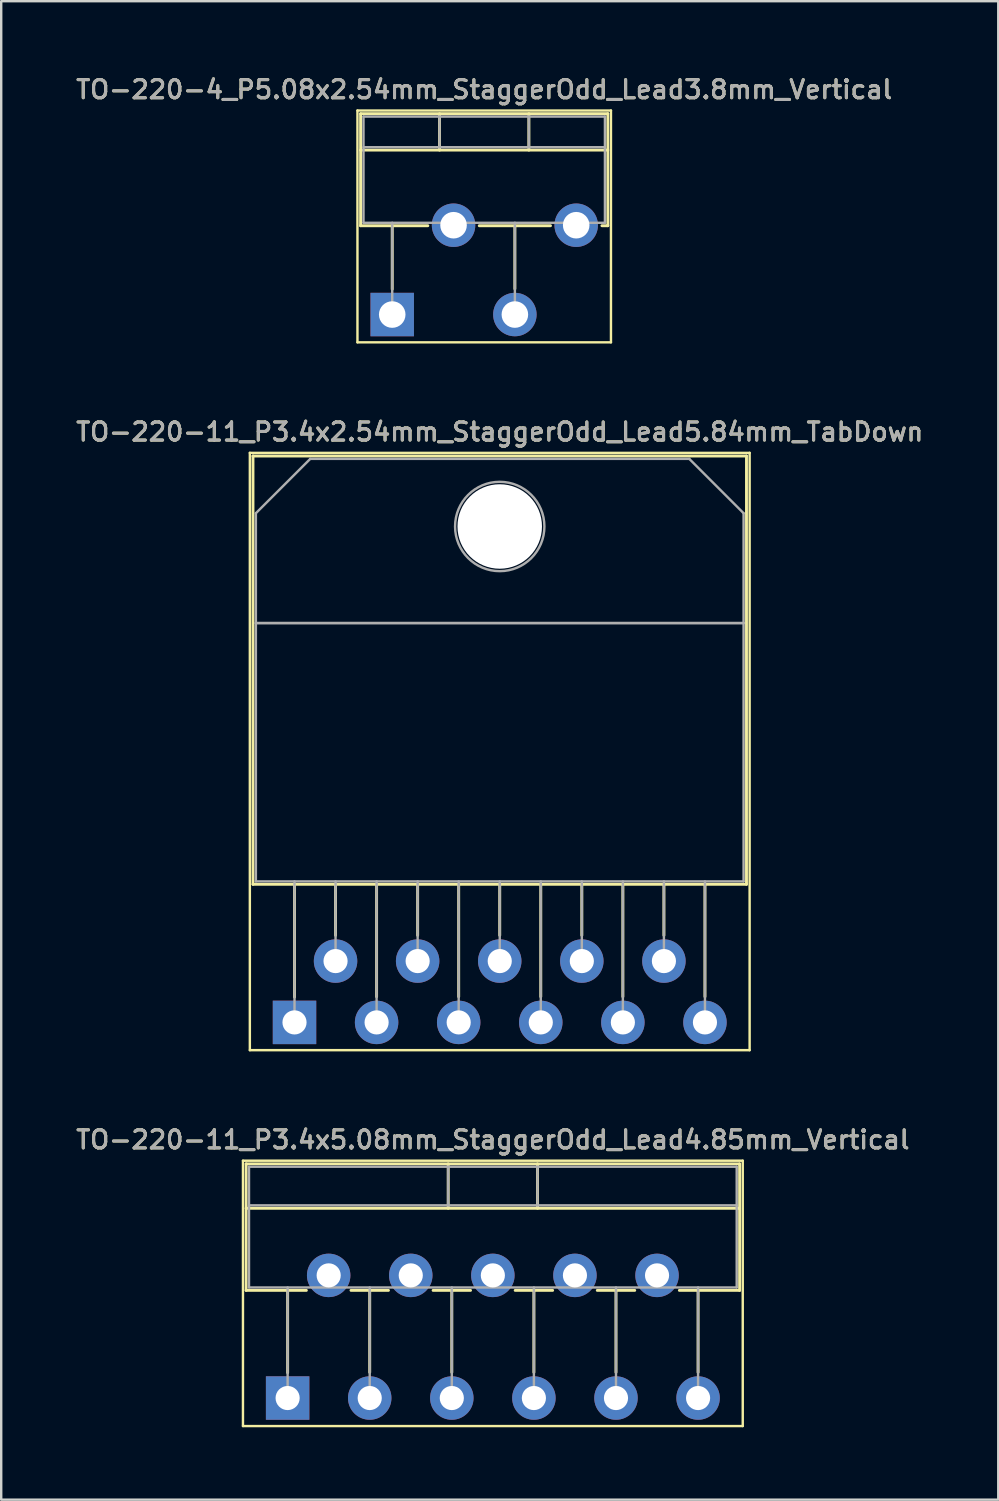
<source format=kicad_pcb>
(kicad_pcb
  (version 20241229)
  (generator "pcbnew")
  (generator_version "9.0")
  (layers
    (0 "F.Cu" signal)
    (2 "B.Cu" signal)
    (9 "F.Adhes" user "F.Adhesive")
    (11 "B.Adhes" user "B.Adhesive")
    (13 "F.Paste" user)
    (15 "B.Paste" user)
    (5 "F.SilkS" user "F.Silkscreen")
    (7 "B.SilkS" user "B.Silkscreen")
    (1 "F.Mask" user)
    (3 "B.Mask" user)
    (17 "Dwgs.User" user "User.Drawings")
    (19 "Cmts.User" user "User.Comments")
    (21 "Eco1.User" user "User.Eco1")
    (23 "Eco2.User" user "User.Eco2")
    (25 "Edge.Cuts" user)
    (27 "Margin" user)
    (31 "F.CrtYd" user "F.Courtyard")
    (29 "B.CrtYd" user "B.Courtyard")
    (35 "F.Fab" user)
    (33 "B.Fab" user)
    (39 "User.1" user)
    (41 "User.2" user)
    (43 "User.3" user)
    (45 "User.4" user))
  (footprint "TO-220-11_P3.4x2.54mm_StaggerOdd_Lead5.84mm_TabDown"
    (layer "F.Cu")
    (at 9.148 39.296)
    (property "Reference" "TO-220-11_P3.4x2.54mm_StaggerOdd_Lead5.84mm_TabDown" (at 8.5 -24.46 0) (layer "F.SilkS") (effects (font (size 0.75 0.75) (thickness 0.125))))
    (attr through_hole)
    (fp_line (start -1.85 -23.59) (end -1.85 1.15) (stroke (width 0.1) (type solid)) (layer "F.SilkS"))
    (fp_line (start -1.85 1.15) (end 18.85 1.15) (stroke (width 0.1) (type solid)) (layer "F.SilkS"))
    (fp_line (start -1.72 -23.46) (end -1.72 -5.72) (stroke (width 0.12) (type solid)) (layer "F.SilkS"))
    (fp_line (start -1.72 -23.46) (end 18.72 -23.46) (stroke (width 0.12) (type solid)) (layer "F.SilkS"))
    (fp_line (start -1.72 -5.72) (end 18.72 -5.72) (stroke (width 0.12) (type solid)) (layer "F.SilkS"))
    (fp_line (start 0 -5.72) (end 0 -1.05) (stroke (width 0.12) (type solid)) (layer "F.SilkS"))
    (fp_line (start 1.7 -5.72) (end 1.7 -3.606) (stroke (width 0.12) (type solid)) (layer "F.SilkS"))
    (fp_line (start 3.4 -5.72) (end 3.4 -1.065) (stroke (width 0.12) (type solid)) (layer "F.SilkS"))
    (fp_line (start 5.1 -5.72) (end 5.1 -3.606) (stroke (width 0.12) (type solid)) (layer "F.SilkS"))
    (fp_line (start 6.8 -5.72) (end 6.8 -1.065) (stroke (width 0.12) (type solid)) (layer "F.SilkS"))
    (fp_line (start 8.5 -5.72) (end 8.5 -3.606) (stroke (width 0.12) (type solid)) (layer "F.SilkS"))
    (fp_line (start 10.2 -5.72) (end 10.2 -1.065) (stroke (width 0.12) (type solid)) (layer "F.SilkS"))
    (fp_line (start 11.9 -5.72) (end 11.9 -3.606) (stroke (width 0.12) (type solid)) (layer "F.SilkS"))
    (fp_line (start 13.6 -5.72) (end 13.6 -1.065) (stroke (width 0.12) (type solid)) (layer "F.SilkS"))
    (fp_line (start 15.3 -5.72) (end 15.3 -3.606) (stroke (width 0.12) (type solid)) (layer "F.SilkS"))
    (fp_line (start 17 -5.72) (end 17 -1.065) (stroke (width 0.12) (type solid)) (layer "F.SilkS"))
    (fp_line (start 18.72 -23.46) (end 18.72 -5.72) (stroke (width 0.12) (type solid)) (layer "F.SilkS"))
    (fp_line (start 18.85 -23.59) (end -1.85 -23.59) (stroke (width 0.1) (type solid)) (layer "F.SilkS"))
    (fp_line (start 18.85 1.15) (end 18.85 -23.59) (stroke (width 0.1) (type solid)) (layer "F.SilkS"))
    (fp_line (start -1.6 -21.09) (end 0.651 -23.34) (stroke (width 0.1) (type solid)) (layer "F.Fab"))
    (fp_line (start -1.6 -16.54) (end -1.6 -21.09) (stroke (width 0.1) (type solid)) (layer "F.Fab"))
    (fp_line (start -1.6 -16.54) (end 18.6 -16.54) (stroke (width 0.1) (type solid)) (layer "F.Fab"))
    (fp_line (start -1.6 -5.84) (end -1.6 -16.54) (stroke (width 0.1) (type solid)) (layer "F.Fab"))
    (fp_line (start 0 -5.84) (end 0 0) (stroke (width 0.1) (type solid)) (layer "F.Fab"))
    (fp_line (start 0.651 -23.34) (end 16.351 -23.34) (stroke (width 0.1) (type solid)) (layer "F.Fab"))
    (fp_line (start 1.7 -5.84) (end 1.7 -2.54) (stroke (width 0.1) (type solid)) (layer "F.Fab"))
    (fp_line (start 3.4 -5.84) (end 3.4 0) (stroke (width 0.1) (type solid)) (layer "F.Fab"))
    (fp_line (start 5.1 -5.84) (end 5.1 -2.54) (stroke (width 0.1) (type solid)) (layer "F.Fab"))
    (fp_line (start 6.8 -5.84) (end 6.8 0) (stroke (width 0.1) (type solid)) (layer "F.Fab"))
    (fp_line (start 8.5 -5.84) (end 8.5 -2.54) (stroke (width 0.1) (type solid)) (layer "F.Fab"))
    (fp_line (start 10.2 -5.84) (end 10.2 0) (stroke (width 0.1) (type solid)) (layer "F.Fab"))
    (fp_line (start 11.9 -5.84) (end 11.9 -2.54) (stroke (width 0.1) (type solid)) (layer "F.Fab"))
    (fp_line (start 13.6 -5.84) (end 13.6 0) (stroke (width 0.1) (type solid)) (layer "F.Fab"))
    (fp_line (start 15.3 -5.84) (end 15.3 -2.54) (stroke (width 0.1) (type solid)) (layer "F.Fab"))
    (fp_line (start 16.351 -23.34) (end 18.6 -21.09) (stroke (width 0.1) (type solid)) (layer "F.Fab"))
    (fp_line (start 17 -5.84) (end 17 0) (stroke (width 0.1) (type solid)) (layer "F.Fab"))
    (fp_line (start 18.6 -21.09) (end 18.6 -16.54) (stroke (width 0.1) (type solid)) (layer "F.Fab"))
    (fp_line (start 18.6 -16.54) (end -1.6 -16.54) (stroke (width 0.1) (type solid)) (layer "F.Fab"))
    (fp_line (start 18.6 -16.54) (end 18.6 -5.84) (stroke (width 0.1) (type solid)) (layer "F.Fab"))
    (fp_line (start 18.6 -5.84) (end -1.6 -5.84) (stroke (width 0.1) (type solid)) (layer "F.Fab"))
    (fp_circle (center 8.5 -20.54) (end 10.35 -20.54) (stroke (width 0.1) (type solid)) (fill no) (layer "F.Fab"))
    (fp_text user "${REFERENCE}" (at 8.5 -24.46 0) (layer "F.Fab") (effects (font (size 0.75 0.75) (thickness 0.125))))
    (pad "" np_thru_hole oval (at 8.5 -20.54) (size 3.5 3.5) (drill 3.5) (layers "*.Cu" "*.Mask"))
    (pad "1" thru_hole rect (at 0 0) (size 1.8 1.8) (drill 1) (layers "*.Cu" "*.Mask"))
    (pad "2" thru_hole oval (at 1.7 -2.54) (size 1.8 1.8) (drill 1) (layers "*.Cu" "*.Mask"))
    (pad "3" thru_hole oval (at 3.4 0) (size 1.8 1.8) (drill 1) (layers "*.Cu" "*.Mask"))
    (pad "4" thru_hole oval (at 5.1 -2.54) (size 1.8 1.8) (drill 1) (layers "*.Cu" "*.Mask"))
    (pad "5" thru_hole oval (at 6.8 0) (size 1.8 1.8) (drill 1) (layers "*.Cu" "*.Mask"))
    (pad "6" thru_hole oval (at 8.5 -2.54) (size 1.8 1.8) (drill 1) (layers "*.Cu" "*.Mask"))
    (pad "7" thru_hole oval (at 10.2 0) (size 1.8 1.8) (drill 1) (layers "*.Cu" "*.Mask"))
    (pad "8" thru_hole oval (at 11.9 -2.54) (size 1.8 1.8) (drill 1) (layers "*.Cu" "*.Mask"))
    (pad "9" thru_hole oval (at 13.6 0) (size 1.8 1.8) (drill 1) (layers "*.Cu" "*.Mask"))
    (pad "10" thru_hole oval (at 15.3 -2.54) (size 1.8 1.8) (drill 1) (layers "*.Cu" "*.Mask"))
    (pad "11" thru_hole oval (at 17 0) (size 1.8 1.8) (drill 1) (layers "*.Cu" "*.Mask")))
  (footprint "TO-220-11_P3.4x5.08mm_StaggerOdd_Lead4.85mm_Vertical"
    (layer "F.Cu")
    (at 8.863 54.854)
    (property "Reference" "TO-220-11_P3.4x5.08mm_StaggerOdd_Lead4.85mm_Vertical" (at 8.5 -10.7 0) (layer "F.SilkS") (effects (font (size 0.75 0.75) (thickness 0.125))))
    (attr through_hole)
    (fp_line (start -1.85 -9.83) (end -1.85 1.16) (stroke (width 0.1) (type solid)) (layer "F.SilkS"))
    (fp_line (start -1.85 1.16) (end 18.85 1.16) (stroke (width 0.1) (type solid)) (layer "F.SilkS"))
    (fp_line (start -1.72 -9.7) (end -1.72 -4.459) (stroke (width 0.12) (type solid)) (layer "F.SilkS"))
    (fp_line (start -1.72 -9.7) (end 18.72 -9.7) (stroke (width 0.12) (type solid)) (layer "F.SilkS"))
    (fp_line (start -1.72 -7.86) (end 18.72 -7.86) (stroke (width 0.12) (type solid)) (layer "F.SilkS"))
    (fp_line (start -1.72 -4.459) (end 0.776 -4.459) (stroke (width 0.12) (type solid)) (layer "F.SilkS"))
    (fp_line (start 0 -4.459) (end 0 -1.05) (stroke (width 0.12) (type solid)) (layer "F.SilkS"))
    (fp_line (start 2.625 -4.459) (end 4.176 -4.459) (stroke (width 0.12) (type solid)) (layer "F.SilkS"))
    (fp_line (start 3.4 -4.459) (end 3.4 -1.065) (stroke (width 0.12) (type solid)) (layer "F.SilkS"))
    (fp_line (start 6.025 -4.459) (end 7.576 -4.459) (stroke (width 0.12) (type solid)) (layer "F.SilkS"))
    (fp_line (start 6.65 -9.7) (end 6.65 -7.86) (stroke (width 0.12) (type solid)) (layer "F.SilkS"))
    (fp_line (start 6.8 -4.459) (end 6.8 -1.065) (stroke (width 0.12) (type solid)) (layer "F.SilkS"))
    (fp_line (start 9.425 -4.459) (end 10.976 -4.459) (stroke (width 0.12) (type solid)) (layer "F.SilkS"))
    (fp_line (start 10.2 -4.459) (end 10.2 -1.065) (stroke (width 0.12) (type solid)) (layer "F.SilkS"))
    (fp_line (start 10.35 -9.7) (end 10.35 -7.86) (stroke (width 0.12) (type solid)) (layer "F.SilkS"))
    (fp_line (start 12.825 -4.459) (end 14.376 -4.459) (stroke (width 0.12) (type solid)) (layer "F.SilkS"))
    (fp_line (start 13.6 -4.459) (end 13.6 -1.065) (stroke (width 0.12) (type solid)) (layer "F.SilkS"))
    (fp_line (start 16.225 -4.459) (end 18.72 -4.459) (stroke (width 0.12) (type solid)) (layer "F.SilkS"))
    (fp_line (start 17 -4.459) (end 17 -1.065) (stroke (width 0.12) (type solid)) (layer "F.SilkS"))
    (fp_line (start 18.72 -9.7) (end 18.72 -4.459) (stroke (width 0.12) (type solid)) (layer "F.SilkS"))
    (fp_line (start 18.85 -9.83) (end -1.85 -9.83) (stroke (width 0.1) (type solid)) (layer "F.SilkS"))
    (fp_line (start 18.85 1.16) (end 18.85 -9.83) (stroke (width 0.1) (type solid)) (layer "F.SilkS"))
    (fp_line (start -1.6 -9.58) (end -1.6 -4.58) (stroke (width 0.1) (type solid)) (layer "F.Fab"))
    (fp_line (start -1.6 -7.98) (end 18.6 -7.98) (stroke (width 0.1) (type solid)) (layer "F.Fab"))
    (fp_line (start -1.6 -4.58) (end 18.6 -4.58) (stroke (width 0.1) (type solid)) (layer "F.Fab"))
    (fp_line (start 0 -4.58) (end 0 0) (stroke (width 0.1) (type solid)) (layer "F.Fab"))
    (fp_line (start 3.4 -4.58) (end 3.4 0) (stroke (width 0.1) (type solid)) (layer "F.Fab"))
    (fp_line (start 6.65 -9.58) (end 6.65 -7.98) (stroke (width 0.1) (type solid)) (layer "F.Fab"))
    (fp_line (start 6.8 -4.58) (end 6.8 0) (stroke (width 0.1) (type solid)) (layer "F.Fab"))
    (fp_line (start 10.2 -4.58) (end 10.2 0) (stroke (width 0.1) (type solid)) (layer "F.Fab"))
    (fp_line (start 10.35 -9.58) (end 10.35 -7.98) (stroke (width 0.1) (type solid)) (layer "F.Fab"))
    (fp_line (start 13.6 -4.58) (end 13.6 0) (stroke (width 0.1) (type solid)) (layer "F.Fab"))
    (fp_line (start 17 -4.58) (end 17 0) (stroke (width 0.1) (type solid)) (layer "F.Fab"))
    (fp_line (start 18.6 -9.58) (end -1.6 -9.58) (stroke (width 0.1) (type solid)) (layer "F.Fab"))
    (fp_line (start 18.6 -4.58) (end 18.6 -9.58) (stroke (width 0.1) (type solid)) (layer "F.Fab"))
    (fp_text user "${REFERENCE}" (at 8.5 -10.7 0) (layer "F.Fab") (effects (font (size 0.75 0.75) (thickness 0.125))))
    (pad "1" thru_hole rect (at 0 0) (size 1.8 1.8) (drill 1) (layers "*.Cu" "*.Mask"))
    (pad "2" thru_hole oval (at 1.7 -5.08) (size 1.8 1.8) (drill 1) (layers "*.Cu" "*.Mask"))
    (pad "3" thru_hole oval (at 3.4 0) (size 1.8 1.8) (drill 1) (layers "*.Cu" "*.Mask"))
    (pad "4" thru_hole oval (at 5.1 -5.08) (size 1.8 1.8) (drill 1) (layers "*.Cu" "*.Mask"))
    (pad "5" thru_hole oval (at 6.8 0) (size 1.8 1.8) (drill 1) (layers "*.Cu" "*.Mask"))
    (pad "6" thru_hole oval (at 8.5 -5.08) (size 1.8 1.8) (drill 1) (layers "*.Cu" "*.Mask"))
    (pad "7" thru_hole oval (at 10.2 0) (size 1.8 1.8) (drill 1) (layers "*.Cu" "*.Mask"))
    (pad "8" thru_hole oval (at 11.9 -5.08) (size 1.8 1.8) (drill 1) (layers "*.Cu" "*.Mask"))
    (pad "9" thru_hole oval (at 13.6 0) (size 1.8 1.8) (drill 1) (layers "*.Cu" "*.Mask"))
    (pad "10" thru_hole oval (at 15.3 -5.08) (size 1.8 1.8) (drill 1) (layers "*.Cu" "*.Mask"))
    (pad "11" thru_hole oval (at 17 0) (size 1.8 1.8) (drill 1) (layers "*.Cu" "*.Mask")))
  (footprint "TO-220-4_P5.08x2.54mm_StaggerOdd_Lead3.8mm_Vertical"
    (layer "F.Cu")
    (at 13.195 9.978)
    (property "Reference" "TO-220-4_P5.08x2.54mm_StaggerOdd_Lead3.8mm_Vertical" (at 3.81 -9.32 0) (layer "F.SilkS") (effects (font (size 0.75 0.75) (thickness 0.125))))
    (attr through_hole)
    (fp_line (start -1.44 -8.45) (end -1.44 1.15) (stroke (width 0.1) (type solid)) (layer "F.SilkS"))
    (fp_line (start -1.44 1.15) (end 9.06 1.15) (stroke (width 0.1) (type solid)) (layer "F.SilkS"))
    (fp_line (start -1.31 -8.32) (end -1.31 -3.679) (stroke (width 0.12) (type solid)) (layer "F.SilkS"))
    (fp_line (start -1.31 -8.32) (end 8.93 -8.32) (stroke (width 0.12) (type solid)) (layer "F.SilkS"))
    (fp_line (start -1.31 -6.811) (end 8.93 -6.811) (stroke (width 0.12) (type solid)) (layer "F.SilkS"))
    (fp_line (start -1.31 -3.679) (end 1.475 -3.679) (stroke (width 0.12) (type solid)) (layer "F.SilkS"))
    (fp_line (start 0 -3.679) (end 0 -1.049) (stroke (width 0.12) (type solid)) (layer "F.SilkS"))
    (fp_line (start 1.96 -8.32) (end 1.96 -6.811) (stroke (width 0.12) (type solid)) (layer "F.SilkS"))
    (fp_line (start 3.605 -3.679) (end 6.556 -3.679) (stroke (width 0.12) (type solid)) (layer "F.SilkS"))
    (fp_line (start 5.08 -3.679) (end 5.08 -1.065) (stroke (width 0.12) (type solid)) (layer "F.SilkS"))
    (fp_line (start 5.66 -8.32) (end 5.66 -6.811) (stroke (width 0.12) (type solid)) (layer "F.SilkS"))
    (fp_line (start 8.685 -3.679) (end 8.93 -3.679) (stroke (width 0.12) (type solid)) (layer "F.SilkS"))
    (fp_line (start 8.93 -8.32) (end 8.93 -3.679) (stroke (width 0.12) (type solid)) (layer "F.SilkS"))
    (fp_line (start 9.06 -8.45) (end -1.44 -8.45) (stroke (width 0.1) (type solid)) (layer "F.SilkS"))
    (fp_line (start 9.06 1.15) (end 9.06 -8.45) (stroke (width 0.1) (type solid)) (layer "F.SilkS"))
    (fp_line (start -1.19 -8.2) (end -1.19 -3.8) (stroke (width 0.1) (type solid)) (layer "F.Fab"))
    (fp_line (start -1.19 -6.93) (end 8.81 -6.93) (stroke (width 0.1) (type solid)) (layer "F.Fab"))
    (fp_line (start -1.19 -3.8) (end 8.81 -3.8) (stroke (width 0.1) (type solid)) (layer "F.Fab"))
    (fp_line (start 0 -3.8) (end 0 0) (stroke (width 0.1) (type solid)) (layer "F.Fab"))
    (fp_line (start 1.96 -8.2) (end 1.96 -6.93) (stroke (width 0.1) (type solid)) (layer "F.Fab"))
    (fp_line (start 2.54 -3.8) (end 2.54 -3.7) (stroke (width 0.1) (type solid)) (layer "F.Fab"))
    (fp_line (start 5.08 -3.8) (end 5.08 0) (stroke (width 0.1) (type solid)) (layer "F.Fab"))
    (fp_line (start 5.66 -8.2) (end 5.66 -6.93) (stroke (width 0.1) (type solid)) (layer "F.Fab"))
    (fp_line (start 7.62 -3.8) (end 7.62 -3.7) (stroke (width 0.1) (type solid)) (layer "F.Fab"))
    (fp_line (start 8.81 -8.2) (end -1.19 -8.2) (stroke (width 0.1) (type solid)) (layer "F.Fab"))
    (fp_line (start 8.81 -3.8) (end 8.81 -8.2) (stroke (width 0.1) (type solid)) (layer "F.Fab"))
    (fp_text user "${REFERENCE}" (at 3.81 -9.32 0) (layer "F.Fab") (effects (font (size 0.75 0.75) (thickness 0.125))))
    (pad "1" thru_hole rect (at 0 0) (size 1.8 1.8) (drill 1.1) (layers "*.Cu" "*.Mask"))
    (pad "2" thru_hole oval (at 2.54 -3.7) (size 1.8 1.8) (drill 1.1) (layers "*.Cu" "*.Mask"))
    (pad "3" thru_hole oval (at 5.08 0) (size 1.8 1.8) (drill 1.1) (layers "*.Cu" "*.Mask"))
    (pad "4" thru_hole oval (at 7.62 -3.7) (size 1.8 1.8) (drill 1.1) (layers "*.Cu" "*.Mask")))
  (gr_rect
    (start -3 -3)
    (end 38.296 59.064)
    (stroke (width 0.1) (type default))
    (fill no)
    (layer "Edge.Cuts")))
</source>
